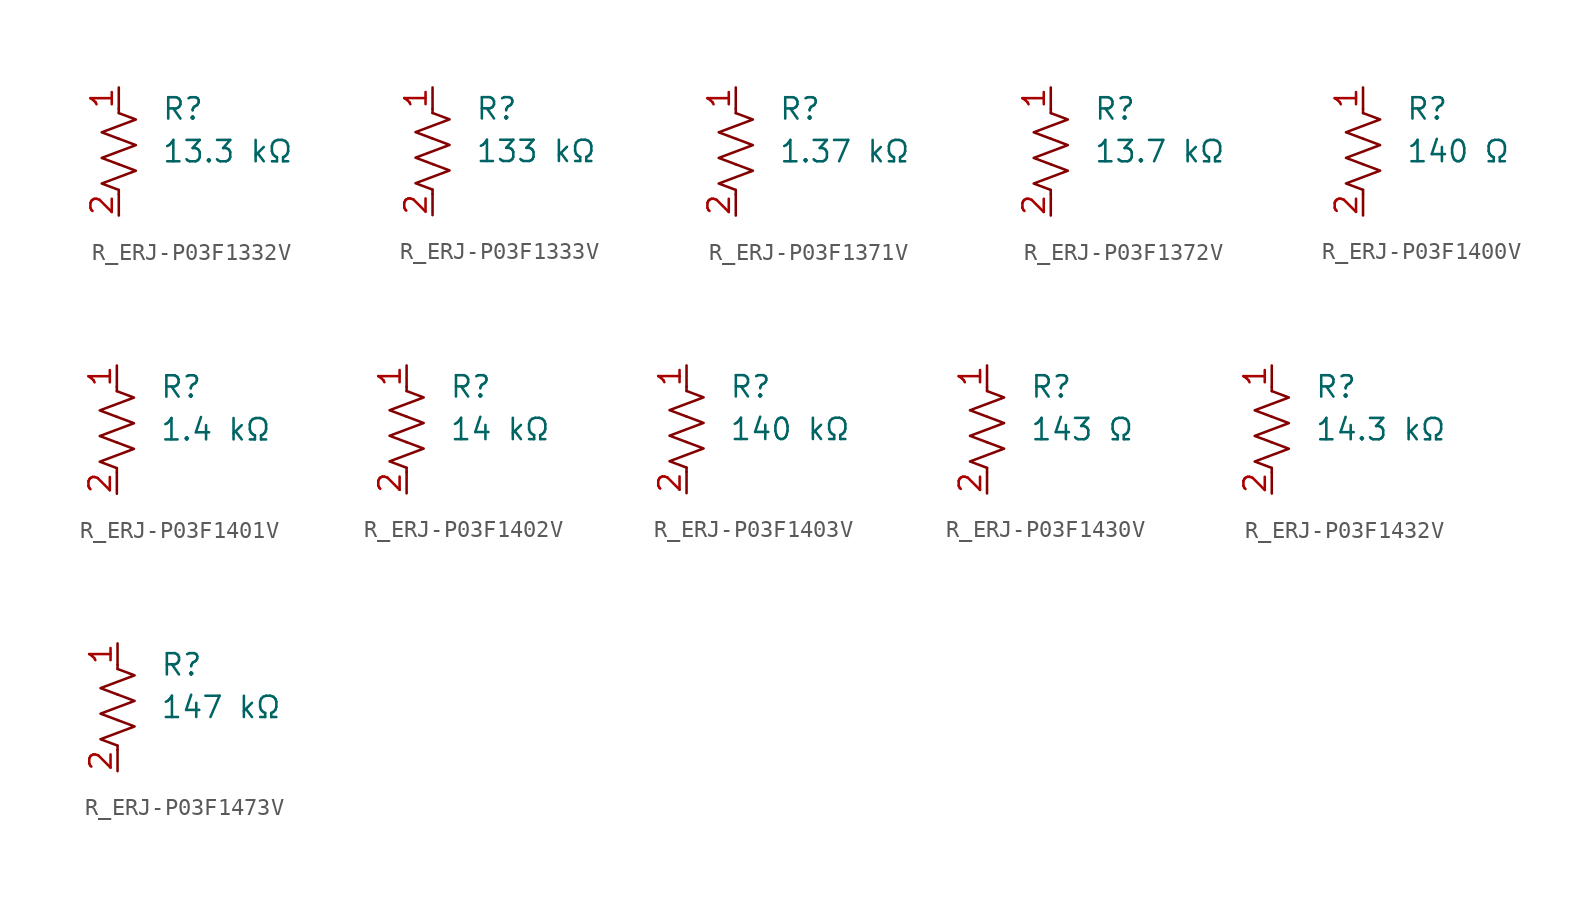
<source format=kicad_sym>
(kicad_symbol_lib
  (version 20231120)
  (generator "kicad_symbol_editor")
  (generator_version "8.0")
  (symbol "R_ERJ-P03F1332V"
    (pin_names
      (offset 0.254))
    (property "Value" "13.3 kΩ"
      (at 2.54 0 0)
      (effects (font (size 1.27 1.27)) (justify left)))
    (property "Reference" "R"
      (at 2.54 2.54 0)
      (effects (font (size 1.27 1.27)) (justify left)))
    (symbol "R_ERJ-P03F1332V_0_1"
      (polyline (pts (xy 0 -2.286) (xy 0 -2.54)) (stroke (width 0) (type default)) (fill (type none)))
      (polyline (pts (xy 0 2.286) (xy 0 2.54)) (stroke (width 0) (type default)) (fill (type none)))
      (polyline (pts (xy 0 -0.762) (xy 1.016 -1.143) (xy 0 -1.524) (xy -1.016 -1.905) (xy 0 -2.286)) (stroke (width 0) (type default)) (fill (type none)))
      (polyline (pts (xy 0 0.762) (xy 1.016 0.381) (xy 0 0) (xy -1.016 -0.381) (xy 0 -0.762)) (stroke (width 0) (type default)) (fill (type none)))
      (polyline (pts (xy 0 2.286) (xy 1.016 1.905) (xy 0 1.524) (xy -1.016 1.143) (xy 0 0.762)) (stroke (width 0) (type default)) (fill (type none))))
    (symbol "R_ERJ-P03F1332V_1_1"
      (pin passive line (at 0 3.81 270) (length 1.27) (name "~" (effects (font (size 1.27 1.27)))) (number "1" (effects (font (size 1.27 1.27)))))
      (pin passive line (at 0 -3.81 90) (length 1.27) (name "~" (effects (font (size 1.27 1.27)))) (number "2" (effects (font (size 1.27 1.27)))))))
  (symbol "R_ERJ-P03F1333V"
    (pin_names
      (offset 0.254))
    (property "Value" "133 kΩ"
      (at 2.54 0 0)
      (effects (font (size 1.27 1.27)) (justify left)))
    (property "Reference" "R"
      (at 2.54 2.54 0)
      (effects (font (size 1.27 1.27)) (justify left)))
    (symbol "R_ERJ-P03F1333V_0_1"
      (polyline (pts (xy 0 -2.286) (xy 0 -2.54)) (stroke (width 0) (type default)) (fill (type none)))
      (polyline (pts (xy 0 2.286) (xy 0 2.54)) (stroke (width 0) (type default)) (fill (type none)))
      (polyline (pts (xy 0 -0.762) (xy 1.016 -1.143) (xy 0 -1.524) (xy -1.016 -1.905) (xy 0 -2.286)) (stroke (width 0) (type default)) (fill (type none)))
      (polyline (pts (xy 0 0.762) (xy 1.016 0.381) (xy 0 0) (xy -1.016 -0.381) (xy 0 -0.762)) (stroke (width 0) (type default)) (fill (type none)))
      (polyline (pts (xy 0 2.286) (xy 1.016 1.905) (xy 0 1.524) (xy -1.016 1.143) (xy 0 0.762)) (stroke (width 0) (type default)) (fill (type none))))
    (symbol "R_ERJ-P03F1333V_1_1"
      (pin passive line (at 0 3.81 270) (length 1.27) (name "~" (effects (font (size 1.27 1.27)))) (number "1" (effects (font (size 1.27 1.27)))))
      (pin passive line (at 0 -3.81 90) (length 1.27) (name "~" (effects (font (size 1.27 1.27)))) (number "2" (effects (font (size 1.27 1.27)))))))
  (symbol "R_ERJ-P03F1371V"
    (pin_names
      (offset 0.254))
    (property "Value" "1.37 kΩ"
      (at 2.54 0 0)
      (effects (font (size 1.27 1.27)) (justify left)))
    (property "Reference" "R"
      (at 2.54 2.54 0)
      (effects (font (size 1.27 1.27)) (justify left)))
    (symbol "R_ERJ-P03F1371V_0_1"
      (polyline (pts (xy 0 -2.286) (xy 0 -2.54)) (stroke (width 0) (type default)) (fill (type none)))
      (polyline (pts (xy 0 2.286) (xy 0 2.54)) (stroke (width 0) (type default)) (fill (type none)))
      (polyline (pts (xy 0 -0.762) (xy 1.016 -1.143) (xy 0 -1.524) (xy -1.016 -1.905) (xy 0 -2.286)) (stroke (width 0) (type default)) (fill (type none)))
      (polyline (pts (xy 0 0.762) (xy 1.016 0.381) (xy 0 0) (xy -1.016 -0.381) (xy 0 -0.762)) (stroke (width 0) (type default)) (fill (type none)))
      (polyline (pts (xy 0 2.286) (xy 1.016 1.905) (xy 0 1.524) (xy -1.016 1.143) (xy 0 0.762)) (stroke (width 0) (type default)) (fill (type none))))
    (symbol "R_ERJ-P03F1371V_1_1"
      (pin passive line (at 0 3.81 270) (length 1.27) (name "~" (effects (font (size 1.27 1.27)))) (number "1" (effects (font (size 1.27 1.27)))))
      (pin passive line (at 0 -3.81 90) (length 1.27) (name "~" (effects (font (size 1.27 1.27)))) (number "2" (effects (font (size 1.27 1.27)))))))
  (symbol "R_ERJ-P03F1372V"
    (pin_names
      (offset 0.254))
    (property "Value" "13.7 kΩ"
      (at 2.54 0 0)
      (effects (font (size 1.27 1.27)) (justify left)))
    (property "Reference" "R"
      (at 2.54 2.54 0)
      (effects (font (size 1.27 1.27)) (justify left)))
    (symbol "R_ERJ-P03F1372V_0_1"
      (polyline (pts (xy 0 -2.286) (xy 0 -2.54)) (stroke (width 0) (type default)) (fill (type none)))
      (polyline (pts (xy 0 2.286) (xy 0 2.54)) (stroke (width 0) (type default)) (fill (type none)))
      (polyline (pts (xy 0 -0.762) (xy 1.016 -1.143) (xy 0 -1.524) (xy -1.016 -1.905) (xy 0 -2.286)) (stroke (width 0) (type default)) (fill (type none)))
      (polyline (pts (xy 0 0.762) (xy 1.016 0.381) (xy 0 0) (xy -1.016 -0.381) (xy 0 -0.762)) (stroke (width 0) (type default)) (fill (type none)))
      (polyline (pts (xy 0 2.286) (xy 1.016 1.905) (xy 0 1.524) (xy -1.016 1.143) (xy 0 0.762)) (stroke (width 0) (type default)) (fill (type none))))
    (symbol "R_ERJ-P03F1372V_1_1"
      (pin passive line (at 0 3.81 270) (length 1.27) (name "~" (effects (font (size 1.27 1.27)))) (number "1" (effects (font (size 1.27 1.27)))))
      (pin passive line (at 0 -3.81 90) (length 1.27) (name "~" (effects (font (size 1.27 1.27)))) (number "2" (effects (font (size 1.27 1.27)))))))
  (symbol "R_ERJ-P03F1400V"
    (pin_names
      (offset 0.254))
    (property "Value" "140 Ω"
      (at 2.54 0 0)
      (effects (font (size 1.27 1.27)) (justify left)))
    (property "Reference" "R"
      (at 2.54 2.54 0)
      (effects (font (size 1.27 1.27)) (justify left)))
    (symbol "R_ERJ-P03F1400V_0_1"
      (polyline (pts (xy 0 -2.286) (xy 0 -2.54)) (stroke (width 0) (type default)) (fill (type none)))
      (polyline (pts (xy 0 2.286) (xy 0 2.54)) (stroke (width 0) (type default)) (fill (type none)))
      (polyline (pts (xy 0 -0.762) (xy 1.016 -1.143) (xy 0 -1.524) (xy -1.016 -1.905) (xy 0 -2.286)) (stroke (width 0) (type default)) (fill (type none)))
      (polyline (pts (xy 0 0.762) (xy 1.016 0.381) (xy 0 0) (xy -1.016 -0.381) (xy 0 -0.762)) (stroke (width 0) (type default)) (fill (type none)))
      (polyline (pts (xy 0 2.286) (xy 1.016 1.905) (xy 0 1.524) (xy -1.016 1.143) (xy 0 0.762)) (stroke (width 0) (type default)) (fill (type none))))
    (symbol "R_ERJ-P03F1400V_1_1"
      (pin passive line (at 0 3.81 270) (length 1.27) (name "~" (effects (font (size 1.27 1.27)))) (number "1" (effects (font (size 1.27 1.27)))))
      (pin passive line (at 0 -3.81 90) (length 1.27) (name "~" (effects (font (size 1.27 1.27)))) (number "2" (effects (font (size 1.27 1.27)))))))
  (symbol "R_ERJ-P03F1401V"
    (pin_names
      (offset 0.254))
    (property "Value" "1.4 kΩ"
      (at 2.54 0 0)
      (effects (font (size 1.27 1.27)) (justify left)))
    (property "Reference" "R"
      (at 2.54 2.54 0)
      (effects (font (size 1.27 1.27)) (justify left)))
    (symbol "R_ERJ-P03F1401V_0_1"
      (polyline (pts (xy 0 -2.286) (xy 0 -2.54)) (stroke (width 0) (type default)) (fill (type none)))
      (polyline (pts (xy 0 2.286) (xy 0 2.54)) (stroke (width 0) (type default)) (fill (type none)))
      (polyline (pts (xy 0 -0.762) (xy 1.016 -1.143) (xy 0 -1.524) (xy -1.016 -1.905) (xy 0 -2.286)) (stroke (width 0) (type default)) (fill (type none)))
      (polyline (pts (xy 0 0.762) (xy 1.016 0.381) (xy 0 0) (xy -1.016 -0.381) (xy 0 -0.762)) (stroke (width 0) (type default)) (fill (type none)))
      (polyline (pts (xy 0 2.286) (xy 1.016 1.905) (xy 0 1.524) (xy -1.016 1.143) (xy 0 0.762)) (stroke (width 0) (type default)) (fill (type none))))
    (symbol "R_ERJ-P03F1401V_1_1"
      (pin passive line (at 0 3.81 270) (length 1.27) (name "~" (effects (font (size 1.27 1.27)))) (number "1" (effects (font (size 1.27 1.27)))))
      (pin passive line (at 0 -3.81 90) (length 1.27) (name "~" (effects (font (size 1.27 1.27)))) (number "2" (effects (font (size 1.27 1.27)))))))
  (symbol "R_ERJ-P03F1402V"
    (pin_names
      (offset 0.254))
    (property "Value" "14 kΩ"
      (at 2.54 0 0)
      (effects (font (size 1.27 1.27)) (justify left)))
    (property "Reference" "R"
      (at 2.54 2.54 0)
      (effects (font (size 1.27 1.27)) (justify left)))
    (symbol "R_ERJ-P03F1402V_0_1"
      (polyline (pts (xy 0 -2.286) (xy 0 -2.54)) (stroke (width 0) (type default)) (fill (type none)))
      (polyline (pts (xy 0 2.286) (xy 0 2.54)) (stroke (width 0) (type default)) (fill (type none)))
      (polyline (pts (xy 0 -0.762) (xy 1.016 -1.143) (xy 0 -1.524) (xy -1.016 -1.905) (xy 0 -2.286)) (stroke (width 0) (type default)) (fill (type none)))
      (polyline (pts (xy 0 0.762) (xy 1.016 0.381) (xy 0 0) (xy -1.016 -0.381) (xy 0 -0.762)) (stroke (width 0) (type default)) (fill (type none)))
      (polyline (pts (xy 0 2.286) (xy 1.016 1.905) (xy 0 1.524) (xy -1.016 1.143) (xy 0 0.762)) (stroke (width 0) (type default)) (fill (type none))))
    (symbol "R_ERJ-P03F1402V_1_1"
      (pin passive line (at 0 3.81 270) (length 1.27) (name "~" (effects (font (size 1.27 1.27)))) (number "1" (effects (font (size 1.27 1.27)))))
      (pin passive line (at 0 -3.81 90) (length 1.27) (name "~" (effects (font (size 1.27 1.27)))) (number "2" (effects (font (size 1.27 1.27)))))))
  (symbol "R_ERJ-P03F1403V"
    (pin_names
      (offset 0.254))
    (property "Value" "140 kΩ"
      (at 2.54 0 0)
      (effects (font (size 1.27 1.27)) (justify left)))
    (property "Reference" "R"
      (at 2.54 2.54 0)
      (effects (font (size 1.27 1.27)) (justify left)))
    (symbol "R_ERJ-P03F1403V_0_1"
      (polyline (pts (xy 0 -2.286) (xy 0 -2.54)) (stroke (width 0) (type default)) (fill (type none)))
      (polyline (pts (xy 0 2.286) (xy 0 2.54)) (stroke (width 0) (type default)) (fill (type none)))
      (polyline (pts (xy 0 -0.762) (xy 1.016 -1.143) (xy 0 -1.524) (xy -1.016 -1.905) (xy 0 -2.286)) (stroke (width 0) (type default)) (fill (type none)))
      (polyline (pts (xy 0 0.762) (xy 1.016 0.381) (xy 0 0) (xy -1.016 -0.381) (xy 0 -0.762)) (stroke (width 0) (type default)) (fill (type none)))
      (polyline (pts (xy 0 2.286) (xy 1.016 1.905) (xy 0 1.524) (xy -1.016 1.143) (xy 0 0.762)) (stroke (width 0) (type default)) (fill (type none))))
    (symbol "R_ERJ-P03F1403V_1_1"
      (pin passive line (at 0 3.81 270) (length 1.27) (name "~" (effects (font (size 1.27 1.27)))) (number "1" (effects (font (size 1.27 1.27)))))
      (pin passive line (at 0 -3.81 90) (length 1.27) (name "~" (effects (font (size 1.27 1.27)))) (number "2" (effects (font (size 1.27 1.27)))))))
  (symbol "R_ERJ-P03F1430V"
    (pin_names
      (offset 0.254))
    (property "Value" "143 Ω"
      (at 2.54 0 0)
      (effects (font (size 1.27 1.27)) (justify left)))
    (property "Reference" "R"
      (at 2.54 2.54 0)
      (effects (font (size 1.27 1.27)) (justify left)))
    (symbol "R_ERJ-P03F1430V_0_1"
      (polyline (pts (xy 0 -2.286) (xy 0 -2.54)) (stroke (width 0) (type default)) (fill (type none)))
      (polyline (pts (xy 0 2.286) (xy 0 2.54)) (stroke (width 0) (type default)) (fill (type none)))
      (polyline (pts (xy 0 -0.762) (xy 1.016 -1.143) (xy 0 -1.524) (xy -1.016 -1.905) (xy 0 -2.286)) (stroke (width 0) (type default)) (fill (type none)))
      (polyline (pts (xy 0 0.762) (xy 1.016 0.381) (xy 0 0) (xy -1.016 -0.381) (xy 0 -0.762)) (stroke (width 0) (type default)) (fill (type none)))
      (polyline (pts (xy 0 2.286) (xy 1.016 1.905) (xy 0 1.524) (xy -1.016 1.143) (xy 0 0.762)) (stroke (width 0) (type default)) (fill (type none))))
    (symbol "R_ERJ-P03F1430V_1_1"
      (pin passive line (at 0 3.81 270) (length 1.27) (name "~" (effects (font (size 1.27 1.27)))) (number "1" (effects (font (size 1.27 1.27)))))
      (pin passive line (at 0 -3.81 90) (length 1.27) (name "~" (effects (font (size 1.27 1.27)))) (number "2" (effects (font (size 1.27 1.27)))))))
  (symbol "R_ERJ-P03F1432V"
    (pin_names
      (offset 0.254))
    (property "Value" "14.3 kΩ"
      (at 2.54 0 0)
      (effects (font (size 1.27 1.27)) (justify left)))
    (property "Reference" "R"
      (at 2.54 2.54 0)
      (effects (font (size 1.27 1.27)) (justify left)))
    (symbol "R_ERJ-P03F1432V_0_1"
      (polyline (pts (xy 0 -2.286) (xy 0 -2.54)) (stroke (width 0) (type default)) (fill (type none)))
      (polyline (pts (xy 0 2.286) (xy 0 2.54)) (stroke (width 0) (type default)) (fill (type none)))
      (polyline (pts (xy 0 -0.762) (xy 1.016 -1.143) (xy 0 -1.524) (xy -1.016 -1.905) (xy 0 -2.286)) (stroke (width 0) (type default)) (fill (type none)))
      (polyline (pts (xy 0 0.762) (xy 1.016 0.381) (xy 0 0) (xy -1.016 -0.381) (xy 0 -0.762)) (stroke (width 0) (type default)) (fill (type none)))
      (polyline (pts (xy 0 2.286) (xy 1.016 1.905) (xy 0 1.524) (xy -1.016 1.143) (xy 0 0.762)) (stroke (width 0) (type default)) (fill (type none))))
    (symbol "R_ERJ-P03F1432V_1_1"
      (pin passive line (at 0 3.81 270) (length 1.27) (name "~" (effects (font (size 1.27 1.27)))) (number "1" (effects (font (size 1.27 1.27)))))
      (pin passive line (at 0 -3.81 90) (length 1.27) (name "~" (effects (font (size 1.27 1.27)))) (number "2" (effects (font (size 1.27 1.27)))))))
  (symbol "R_ERJ-P03F1473V"
    (pin_names
      (offset 0.254))
    (property "Value" "147 kΩ"
      (at 2.54 0 0)
      (effects (font (size 1.27 1.27)) (justify left)))
    (property "Reference" "R"
      (at 2.54 2.54 0)
      (effects (font (size 1.27 1.27)) (justify left)))
    (symbol "R_ERJ-P03F1473V_0_1"
      (polyline (pts (xy 0 -2.286) (xy 0 -2.54)) (stroke (width 0) (type default)) (fill (type none)))
      (polyline (pts (xy 0 2.286) (xy 0 2.54)) (stroke (width 0) (type default)) (fill (type none)))
      (polyline (pts (xy 0 -0.762) (xy 1.016 -1.143) (xy 0 -1.524) (xy -1.016 -1.905) (xy 0 -2.286)) (stroke (width 0) (type default)) (fill (type none)))
      (polyline (pts (xy 0 0.762) (xy 1.016 0.381) (xy 0 0) (xy -1.016 -0.381) (xy 0 -0.762)) (stroke (width 0) (type default)) (fill (type none)))
      (polyline (pts (xy 0 2.286) (xy 1.016 1.905) (xy 0 1.524) (xy -1.016 1.143) (xy 0 0.762)) (stroke (width 0) (type default)) (fill (type none))))
    (symbol "R_ERJ-P03F1473V_1_1"
      (pin passive line (at 0 3.81 270) (length 1.27) (name "~" (effects (font (size 1.27 1.27)))) (number "1" (effects (font (size 1.27 1.27)))))
      (pin passive line (at 0 -3.81 90) (length 1.27) (name "~" (effects (font (size 1.27 1.27)))) (number "2" (effects (font (size 1.27 1.27))))))))
</source>
